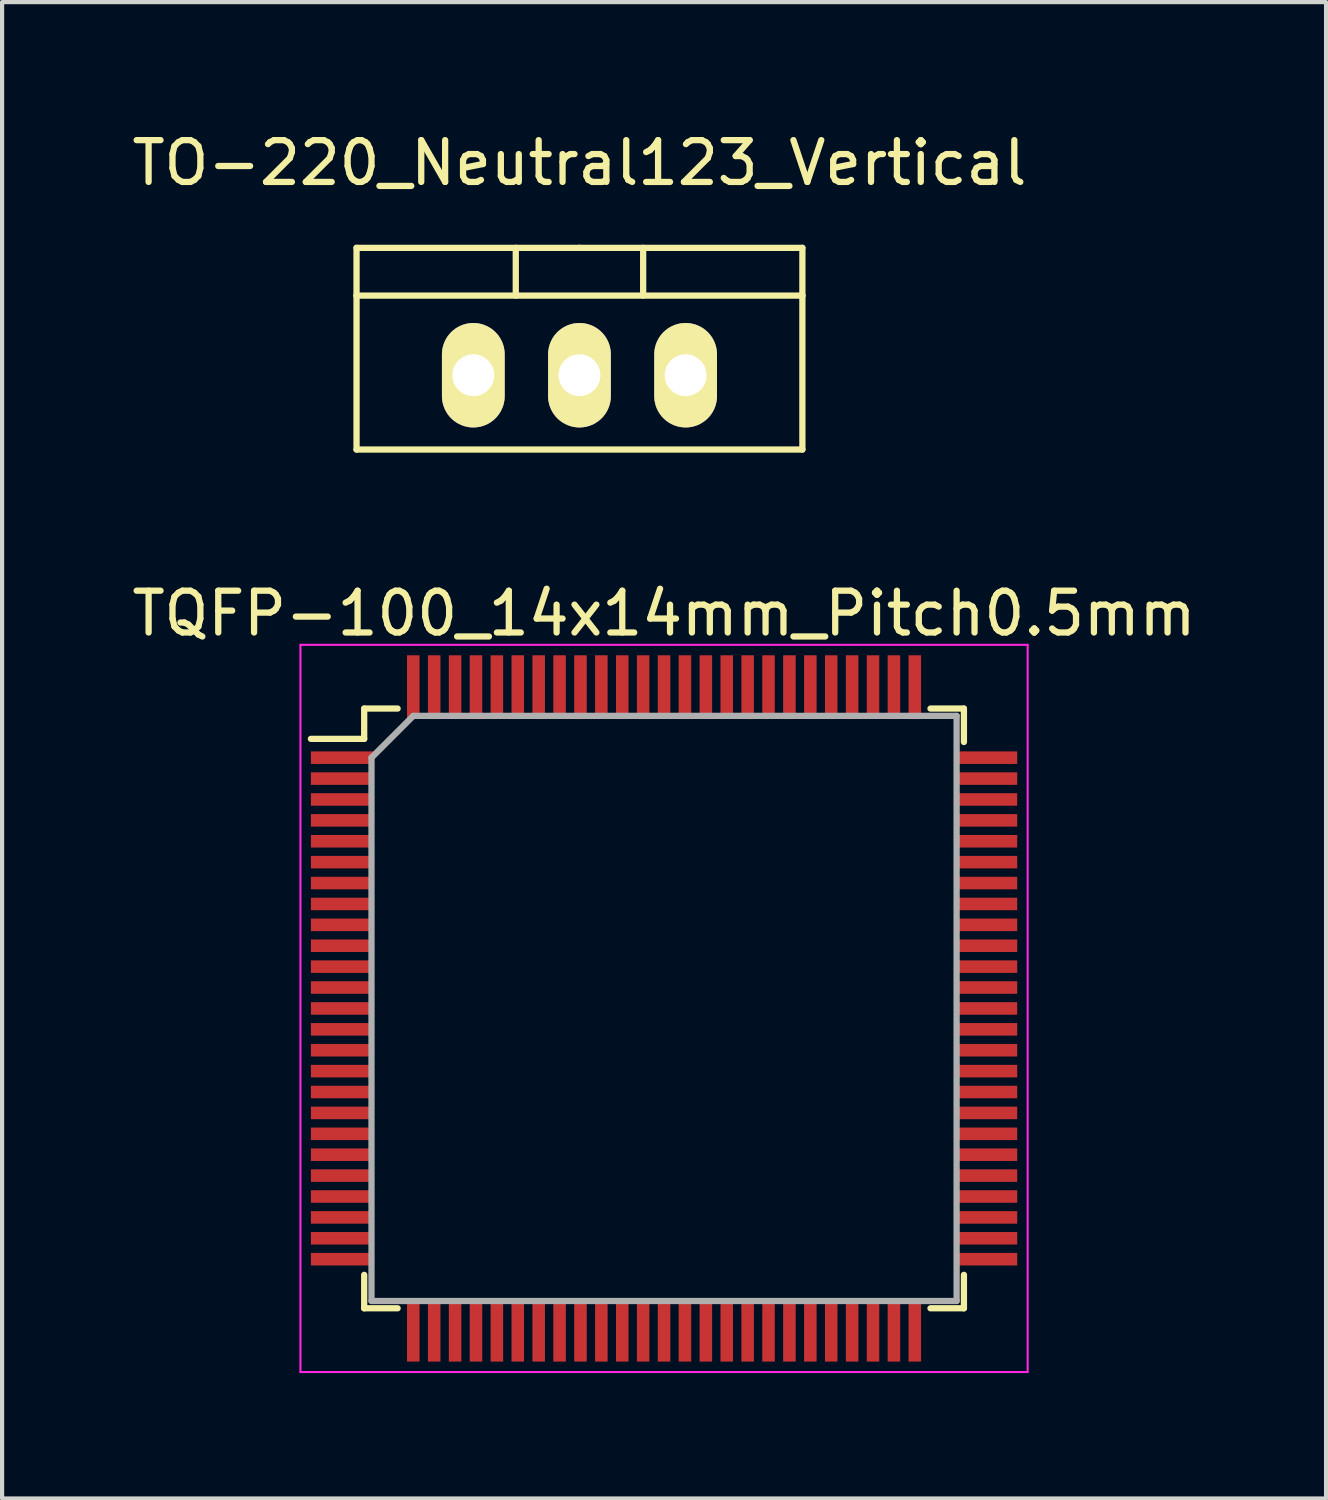
<source format=kicad_pcb>
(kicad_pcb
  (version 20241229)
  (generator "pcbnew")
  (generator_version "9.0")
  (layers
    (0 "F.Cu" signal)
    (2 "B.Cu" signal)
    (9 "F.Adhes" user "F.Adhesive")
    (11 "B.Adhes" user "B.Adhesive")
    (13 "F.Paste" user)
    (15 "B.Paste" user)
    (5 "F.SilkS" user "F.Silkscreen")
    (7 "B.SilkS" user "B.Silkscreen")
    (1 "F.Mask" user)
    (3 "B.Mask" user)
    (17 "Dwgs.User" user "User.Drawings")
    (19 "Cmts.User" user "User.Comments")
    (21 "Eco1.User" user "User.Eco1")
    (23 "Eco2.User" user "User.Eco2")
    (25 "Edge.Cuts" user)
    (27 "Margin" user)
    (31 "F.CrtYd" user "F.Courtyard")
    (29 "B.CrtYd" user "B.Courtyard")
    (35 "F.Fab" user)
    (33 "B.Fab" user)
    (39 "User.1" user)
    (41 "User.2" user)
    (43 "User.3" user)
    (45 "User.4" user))
  (footprint "TO-220_Neutral123_Vertical"
    (layer "F.Cu")
    (at 10.815 5.928)
    (property "Reference" "TO-220_Neutral123_Vertical" (at 0 -5.08 0) (layer "F.SilkS") (effects (font (size 1 1) (thickness 0.15))))
    (attr through_hole)
    (fp_line (start -5.334 -1.905) (end -5.334 -3.048) (stroke (width 0.15) (type solid)) (layer "F.SilkS"))
    (fp_line (start -5.334 1.778) (end -5.334 -1.905) (stroke (width 0.15) (type solid)) (layer "F.SilkS"))
    (fp_line (start -1.524 -3.048) (end -1.524 -1.905) (stroke (width 0.15) (type solid)) (layer "F.SilkS"))
    (fp_line (start 0 -3.048) (end -5.334 -3.048) (stroke (width 0.15) (type solid)) (layer "F.SilkS"))
    (fp_line (start 0 -3.048) (end 5.334 -3.048) (stroke (width 0.15) (type solid)) (layer "F.SilkS"))
    (fp_line (start 1.524 -3.048) (end 1.524 -1.905) (stroke (width 0.15) (type solid)) (layer "F.SilkS"))
    (fp_line (start 5.334 -3.048) (end 5.334 -1.905) (stroke (width 0.15) (type solid)) (layer "F.SilkS"))
    (fp_line (start 5.334 -1.905) (end -5.334 -1.905) (stroke (width 0.15) (type solid)) (layer "F.SilkS"))
    (fp_line (start 5.334 -1.905) (end 5.334 1.778) (stroke (width 0.15) (type solid)) (layer "F.SilkS"))
    (fp_line (start 5.334 1.778) (end -5.334 1.778) (stroke (width 0.15) (type solid)) (layer "F.SilkS"))
    (pad "1" thru_hole oval (at 2.54 0 90) (size 2.499 1.501) (drill 1.001) (layers "*.Cu" "*.Mask" "F.SilkS"))
    (pad "2" thru_hole oval (at 0 0 90) (size 2.499 1.501) (drill 1.001) (layers "*.Cu" "*.Mask" "F.SilkS"))
    (pad "3" thru_hole oval (at -2.54 0 90) (size 2.499 1.501) (drill 1.001) (layers "*.Cu" "*.Mask" "F.SilkS")))
  (footprint "TQFP-100_14x14mm_Pitch0.5mm"
    (layer "F.Cu")
    (at 12.839 21.079)
    (property "Reference" "TQFP-100_14x14mm_Pitch0.5mm" (at 0 -9.45 0) (layer "F.SilkS") (effects (font (size 1 1) (thickness 0.15))))
    (attr smd)
    (fp_line (start -7.175 -7.175) (end -7.175 -6.45) (stroke (width 0.15) (type solid)) (layer "F.SilkS"))
    (fp_line (start -7.175 -7.175) (end -6.375 -7.175) (stroke (width 0.15) (type solid)) (layer "F.SilkS"))
    (fp_line (start -7.175 -6.45) (end -8.45 -6.45) (stroke (width 0.15) (type solid)) (layer "F.SilkS"))
    (fp_line (start -7.175 7.175) (end -7.175 6.375) (stroke (width 0.15) (type solid)) (layer "F.SilkS"))
    (fp_line (start -7.175 7.175) (end -6.375 7.175) (stroke (width 0.15) (type solid)) (layer "F.SilkS"))
    (fp_line (start 7.175 -7.175) (end 6.375 -7.175) (stroke (width 0.15) (type solid)) (layer "F.SilkS"))
    (fp_line (start 7.175 -7.175) (end 7.175 -6.375) (stroke (width 0.15) (type solid)) (layer "F.SilkS"))
    (fp_line (start 7.175 7.175) (end 6.375 7.175) (stroke (width 0.15) (type solid)) (layer "F.SilkS"))
    (fp_line (start 7.175 7.175) (end 7.175 6.375) (stroke (width 0.15) (type solid)) (layer "F.SilkS"))
    (fp_line (start -8.7 -8.7) (end -8.7 8.7) (stroke (width 0.05) (type solid)) (layer "F.CrtYd"))
    (fp_line (start -8.7 -8.7) (end 8.7 -8.7) (stroke (width 0.05) (type solid)) (layer "F.CrtYd"))
    (fp_line (start -8.7 8.7) (end 8.7 8.7) (stroke (width 0.05) (type solid)) (layer "F.CrtYd"))
    (fp_line (start 8.7 -8.7) (end 8.7 8.7) (stroke (width 0.05) (type solid)) (layer "F.CrtYd"))
    (fp_line (start -7 -6) (end -6 -7) (stroke (width 0.15) (type solid)) (layer "F.Fab"))
    (fp_line (start -7 7) (end -7 -6) (stroke (width 0.15) (type solid)) (layer "F.Fab"))
    (fp_line (start -6 -7) (end 7 -7) (stroke (width 0.15) (type solid)) (layer "F.Fab"))
    (fp_line (start 7 -7) (end 7 7) (stroke (width 0.15) (type solid)) (layer "F.Fab"))
    (fp_line (start 7 7) (end -7 7) (stroke (width 0.15) (type solid)) (layer "F.Fab"))
    (pad "1" smd rect (at -7.7 -6) (size 1.5 0.3) (layers "F.Cu" "F.Mask" "F.Paste"))
    (pad "2" smd rect (at -7.7 -5.5) (size 1.5 0.3) (layers "F.Cu" "F.Mask" "F.Paste"))
    (pad "3" smd rect (at -7.7 -5) (size 1.5 0.3) (layers "F.Cu" "F.Mask" "F.Paste"))
    (pad "4" smd rect (at -7.7 -4.5) (size 1.5 0.3) (layers "F.Cu" "F.Mask" "F.Paste"))
    (pad "5" smd rect (at -7.7 -4) (size 1.5 0.3) (layers "F.Cu" "F.Mask" "F.Paste"))
    (pad "6" smd rect (at -7.7 -3.5) (size 1.5 0.3) (layers "F.Cu" "F.Mask" "F.Paste"))
    (pad "7" smd rect (at -7.7 -3) (size 1.5 0.3) (layers "F.Cu" "F.Mask" "F.Paste"))
    (pad "8" smd rect (at -7.7 -2.5) (size 1.5 0.3) (layers "F.Cu" "F.Mask" "F.Paste"))
    (pad "9" smd rect (at -7.7 -2) (size 1.5 0.3) (layers "F.Cu" "F.Mask" "F.Paste"))
    (pad "10" smd rect (at -7.7 -1.5) (size 1.5 0.3) (layers "F.Cu" "F.Mask" "F.Paste"))
    (pad "11" smd rect (at -7.7 -1) (size 1.5 0.3) (layers "F.Cu" "F.Mask" "F.Paste"))
    (pad "12" smd rect (at -7.7 -0.5) (size 1.5 0.3) (layers "F.Cu" "F.Mask" "F.Paste"))
    (pad "13" smd rect (at -7.7 0) (size 1.5 0.3) (layers "F.Cu" "F.Mask" "F.Paste"))
    (pad "14" smd rect (at -7.7 0.5) (size 1.5 0.3) (layers "F.Cu" "F.Mask" "F.Paste"))
    (pad "15" smd rect (at -7.7 1) (size 1.5 0.3) (layers "F.Cu" "F.Mask" "F.Paste"))
    (pad "16" smd rect (at -7.7 1.5) (size 1.5 0.3) (layers "F.Cu" "F.Mask" "F.Paste"))
    (pad "17" smd rect (at -7.7 2) (size 1.5 0.3) (layers "F.Cu" "F.Mask" "F.Paste"))
    (pad "18" smd rect (at -7.7 2.5) (size 1.5 0.3) (layers "F.Cu" "F.Mask" "F.Paste"))
    (pad "19" smd rect (at -7.7 3) (size 1.5 0.3) (layers "F.Cu" "F.Mask" "F.Paste"))
    (pad "20" smd rect (at -7.7 3.5) (size 1.5 0.3) (layers "F.Cu" "F.Mask" "F.Paste"))
    (pad "21" smd rect (at -7.7 4) (size 1.5 0.3) (layers "F.Cu" "F.Mask" "F.Paste"))
    (pad "22" smd rect (at -7.7 4.5) (size 1.5 0.3) (layers "F.Cu" "F.Mask" "F.Paste"))
    (pad "23" smd rect (at -7.7 5) (size 1.5 0.3) (layers "F.Cu" "F.Mask" "F.Paste"))
    (pad "24" smd rect (at -7.7 5.5) (size 1.5 0.3) (layers "F.Cu" "F.Mask" "F.Paste"))
    (pad "25" smd rect (at -7.7 6) (size 1.5 0.3) (layers "F.Cu" "F.Mask" "F.Paste"))
    (pad "26" smd rect (at -6 7.7 90) (size 1.5 0.3) (layers "F.Cu" "F.Mask" "F.Paste"))
    (pad "27" smd rect (at -5.5 7.7 90) (size 1.5 0.3) (layers "F.Cu" "F.Mask" "F.Paste"))
    (pad "28" smd rect (at -5 7.7 90) (size 1.5 0.3) (layers "F.Cu" "F.Mask" "F.Paste"))
    (pad "29" smd rect (at -4.5 7.7 90) (size 1.5 0.3) (layers "F.Cu" "F.Mask" "F.Paste"))
    (pad "30" smd rect (at -4 7.7 90) (size 1.5 0.3) (layers "F.Cu" "F.Mask" "F.Paste"))
    (pad "31" smd rect (at -3.5 7.7 90) (size 1.5 0.3) (layers "F.Cu" "F.Mask" "F.Paste"))
    (pad "32" smd rect (at -3 7.7 90) (size 1.5 0.3) (layers "F.Cu" "F.Mask" "F.Paste"))
    (pad "33" smd rect (at -2.5 7.7 90) (size 1.5 0.3) (layers "F.Cu" "F.Mask" "F.Paste"))
    (pad "34" smd rect (at -2 7.7 90) (size 1.5 0.3) (layers "F.Cu" "F.Mask" "F.Paste"))
    (pad "35" smd rect (at -1.5 7.7 90) (size 1.5 0.3) (layers "F.Cu" "F.Mask" "F.Paste"))
    (pad "36" smd rect (at -1 7.7 90) (size 1.5 0.3) (layers "F.Cu" "F.Mask" "F.Paste"))
    (pad "37" smd rect (at -0.5 7.7 90) (size 1.5 0.3) (layers "F.Cu" "F.Mask" "F.Paste"))
    (pad "38" smd rect (at 0 7.7 90) (size 1.5 0.3) (layers "F.Cu" "F.Mask" "F.Paste"))
    (pad "39" smd rect (at 0.5 7.7 90) (size 1.5 0.3) (layers "F.Cu" "F.Mask" "F.Paste"))
    (pad "40" smd rect (at 1 7.7 90) (size 1.5 0.3) (layers "F.Cu" "F.Mask" "F.Paste"))
    (pad "41" smd rect (at 1.5 7.7 90) (size 1.5 0.3) (layers "F.Cu" "F.Mask" "F.Paste"))
    (pad "42" smd rect (at 2 7.7 90) (size 1.5 0.3) (layers "F.Cu" "F.Mask" "F.Paste"))
    (pad "43" smd rect (at 2.5 7.7 90) (size 1.5 0.3) (layers "F.Cu" "F.Mask" "F.Paste"))
    (pad "44" smd rect (at 3 7.7 90) (size 1.5 0.3) (layers "F.Cu" "F.Mask" "F.Paste"))
    (pad "45" smd rect (at 3.5 7.7 90) (size 1.5 0.3) (layers "F.Cu" "F.Mask" "F.Paste"))
    (pad "46" smd rect (at 4 7.7 90) (size 1.5 0.3) (layers "F.Cu" "F.Mask" "F.Paste"))
    (pad "47" smd rect (at 4.5 7.7 90) (size 1.5 0.3) (layers "F.Cu" "F.Mask" "F.Paste"))
    (pad "48" smd rect (at 5 7.7 90) (size 1.5 0.3) (layers "F.Cu" "F.Mask" "F.Paste"))
    (pad "49" smd rect (at 5.5 7.7 90) (size 1.5 0.3) (layers "F.Cu" "F.Mask" "F.Paste"))
    (pad "50" smd rect (at 6 7.7 90) (size 1.5 0.3) (layers "F.Cu" "F.Mask" "F.Paste"))
    (pad "51" smd rect (at 7.7 6) (size 1.5 0.3) (layers "F.Cu" "F.Mask" "F.Paste"))
    (pad "52" smd rect (at 7.7 5.5) (size 1.5 0.3) (layers "F.Cu" "F.Mask" "F.Paste"))
    (pad "53" smd rect (at 7.7 5) (size 1.5 0.3) (layers "F.Cu" "F.Mask" "F.Paste"))
    (pad "54" smd rect (at 7.7 4.5) (size 1.5 0.3) (layers "F.Cu" "F.Mask" "F.Paste"))
    (pad "55" smd rect (at 7.7 4) (size 1.5 0.3) (layers "F.Cu" "F.Mask" "F.Paste"))
    (pad "56" smd rect (at 7.7 3.5) (size 1.5 0.3) (layers "F.Cu" "F.Mask" "F.Paste"))
    (pad "57" smd rect (at 7.7 3) (size 1.5 0.3) (layers "F.Cu" "F.Mask" "F.Paste"))
    (pad "58" smd rect (at 7.7 2.5) (size 1.5 0.3) (layers "F.Cu" "F.Mask" "F.Paste"))
    (pad "59" smd rect (at 7.7 2) (size 1.5 0.3) (layers "F.Cu" "F.Mask" "F.Paste"))
    (pad "60" smd rect (at 7.7 1.5) (size 1.5 0.3) (layers "F.Cu" "F.Mask" "F.Paste"))
    (pad "61" smd rect (at 7.7 1) (size 1.5 0.3) (layers "F.Cu" "F.Mask" "F.Paste"))
    (pad "62" smd rect (at 7.7 0.5) (size 1.5 0.3) (layers "F.Cu" "F.Mask" "F.Paste"))
    (pad "63" smd rect (at 7.7 0) (size 1.5 0.3) (layers "F.Cu" "F.Mask" "F.Paste"))
    (pad "64" smd rect (at 7.7 -0.5) (size 1.5 0.3) (layers "F.Cu" "F.Mask" "F.Paste"))
    (pad "65" smd rect (at 7.7 -1) (size 1.5 0.3) (layers "F.Cu" "F.Mask" "F.Paste"))
    (pad "66" smd rect (at 7.7 -1.5) (size 1.5 0.3) (layers "F.Cu" "F.Mask" "F.Paste"))
    (pad "67" smd rect (at 7.7 -2) (size 1.5 0.3) (layers "F.Cu" "F.Mask" "F.Paste"))
    (pad "68" smd rect (at 7.7 -2.5) (size 1.5 0.3) (layers "F.Cu" "F.Mask" "F.Paste"))
    (pad "69" smd rect (at 7.7 -3) (size 1.5 0.3) (layers "F.Cu" "F.Mask" "F.Paste"))
    (pad "70" smd rect (at 7.7 -3.5) (size 1.5 0.3) (layers "F.Cu" "F.Mask" "F.Paste"))
    (pad "71" smd rect (at 7.7 -4) (size 1.5 0.3) (layers "F.Cu" "F.Mask" "F.Paste"))
    (pad "72" smd rect (at 7.7 -4.5) (size 1.5 0.3) (layers "F.Cu" "F.Mask" "F.Paste"))
    (pad "73" smd rect (at 7.7 -5) (size 1.5 0.3) (layers "F.Cu" "F.Mask" "F.Paste"))
    (pad "74" smd rect (at 7.7 -5.5) (size 1.5 0.3) (layers "F.Cu" "F.Mask" "F.Paste"))
    (pad "75" smd rect (at 7.7 -6) (size 1.5 0.3) (layers "F.Cu" "F.Mask" "F.Paste"))
    (pad "76" smd rect (at 6 -7.7 90) (size 1.5 0.3) (layers "F.Cu" "F.Mask" "F.Paste"))
    (pad "77" smd rect (at 5.5 -7.7 90) (size 1.5 0.3) (layers "F.Cu" "F.Mask" "F.Paste"))
    (pad "78" smd rect (at 5 -7.7 90) (size 1.5 0.3) (layers "F.Cu" "F.Mask" "F.Paste"))
    (pad "79" smd rect (at 4.5 -7.7 90) (size 1.5 0.3) (layers "F.Cu" "F.Mask" "F.Paste"))
    (pad "80" smd rect (at 4 -7.7 90) (size 1.5 0.3) (layers "F.Cu" "F.Mask" "F.Paste"))
    (pad "81" smd rect (at 3.5 -7.7 90) (size 1.5 0.3) (layers "F.Cu" "F.Mask" "F.Paste"))
    (pad "82" smd rect (at 3 -7.7 90) (size 1.5 0.3) (layers "F.Cu" "F.Mask" "F.Paste"))
    (pad "83" smd rect (at 2.5 -7.7 90) (size 1.5 0.3) (layers "F.Cu" "F.Mask" "F.Paste"))
    (pad "84" smd rect (at 2 -7.7 90) (size 1.5 0.3) (layers "F.Cu" "F.Mask" "F.Paste"))
    (pad "85" smd rect (at 1.5 -7.7 90) (size 1.5 0.3) (layers "F.Cu" "F.Mask" "F.Paste"))
    (pad "86" smd rect (at 1 -7.7 90) (size 1.5 0.3) (layers "F.Cu" "F.Mask" "F.Paste"))
    (pad "87" smd rect (at 0.5 -7.7 90) (size 1.5 0.3) (layers "F.Cu" "F.Mask" "F.Paste"))
    (pad "88" smd rect (at 0 -7.7 90) (size 1.5 0.3) (layers "F.Cu" "F.Mask" "F.Paste"))
    (pad "89" smd rect (at -0.5 -7.7 90) (size 1.5 0.3) (layers "F.Cu" "F.Mask" "F.Paste"))
    (pad "90" smd rect (at -1 -7.7 90) (size 1.5 0.3) (layers "F.Cu" "F.Mask" "F.Paste"))
    (pad "91" smd rect (at -1.5 -7.7 90) (size 1.5 0.3) (layers "F.Cu" "F.Mask" "F.Paste"))
    (pad "92" smd rect (at -2 -7.7 90) (size 1.5 0.3) (layers "F.Cu" "F.Mask" "F.Paste"))
    (pad "93" smd rect (at -2.5 -7.7 90) (size 1.5 0.3) (layers "F.Cu" "F.Mask" "F.Paste"))
    (pad "94" smd rect (at -3 -7.7 90) (size 1.5 0.3) (layers "F.Cu" "F.Mask" "F.Paste"))
    (pad "95" smd rect (at -3.5 -7.7 90) (size 1.5 0.3) (layers "F.Cu" "F.Mask" "F.Paste"))
    (pad "96" smd rect (at -4 -7.7 90) (size 1.5 0.3) (layers "F.Cu" "F.Mask" "F.Paste"))
    (pad "97" smd rect (at -4.5 -7.7 90) (size 1.5 0.3) (layers "F.Cu" "F.Mask" "F.Paste"))
    (pad "98" smd rect (at -5 -7.7 90) (size 1.5 0.3) (layers "F.Cu" "F.Mask" "F.Paste"))
    (pad "99" smd rect (at -5.5 -7.7 90) (size 1.5 0.3) (layers "F.Cu" "F.Mask" "F.Paste"))
    (pad "100" smd rect (at -6 -7.7 90) (size 1.5 0.3) (layers "F.Cu" "F.Mask" "F.Paste")))
  (gr_rect
    (start -3 -3)
    (end 28.679 32.804)
    (stroke (width 0.1) (type default))
    (fill no)
    (layer "Edge.Cuts")))
</source>
